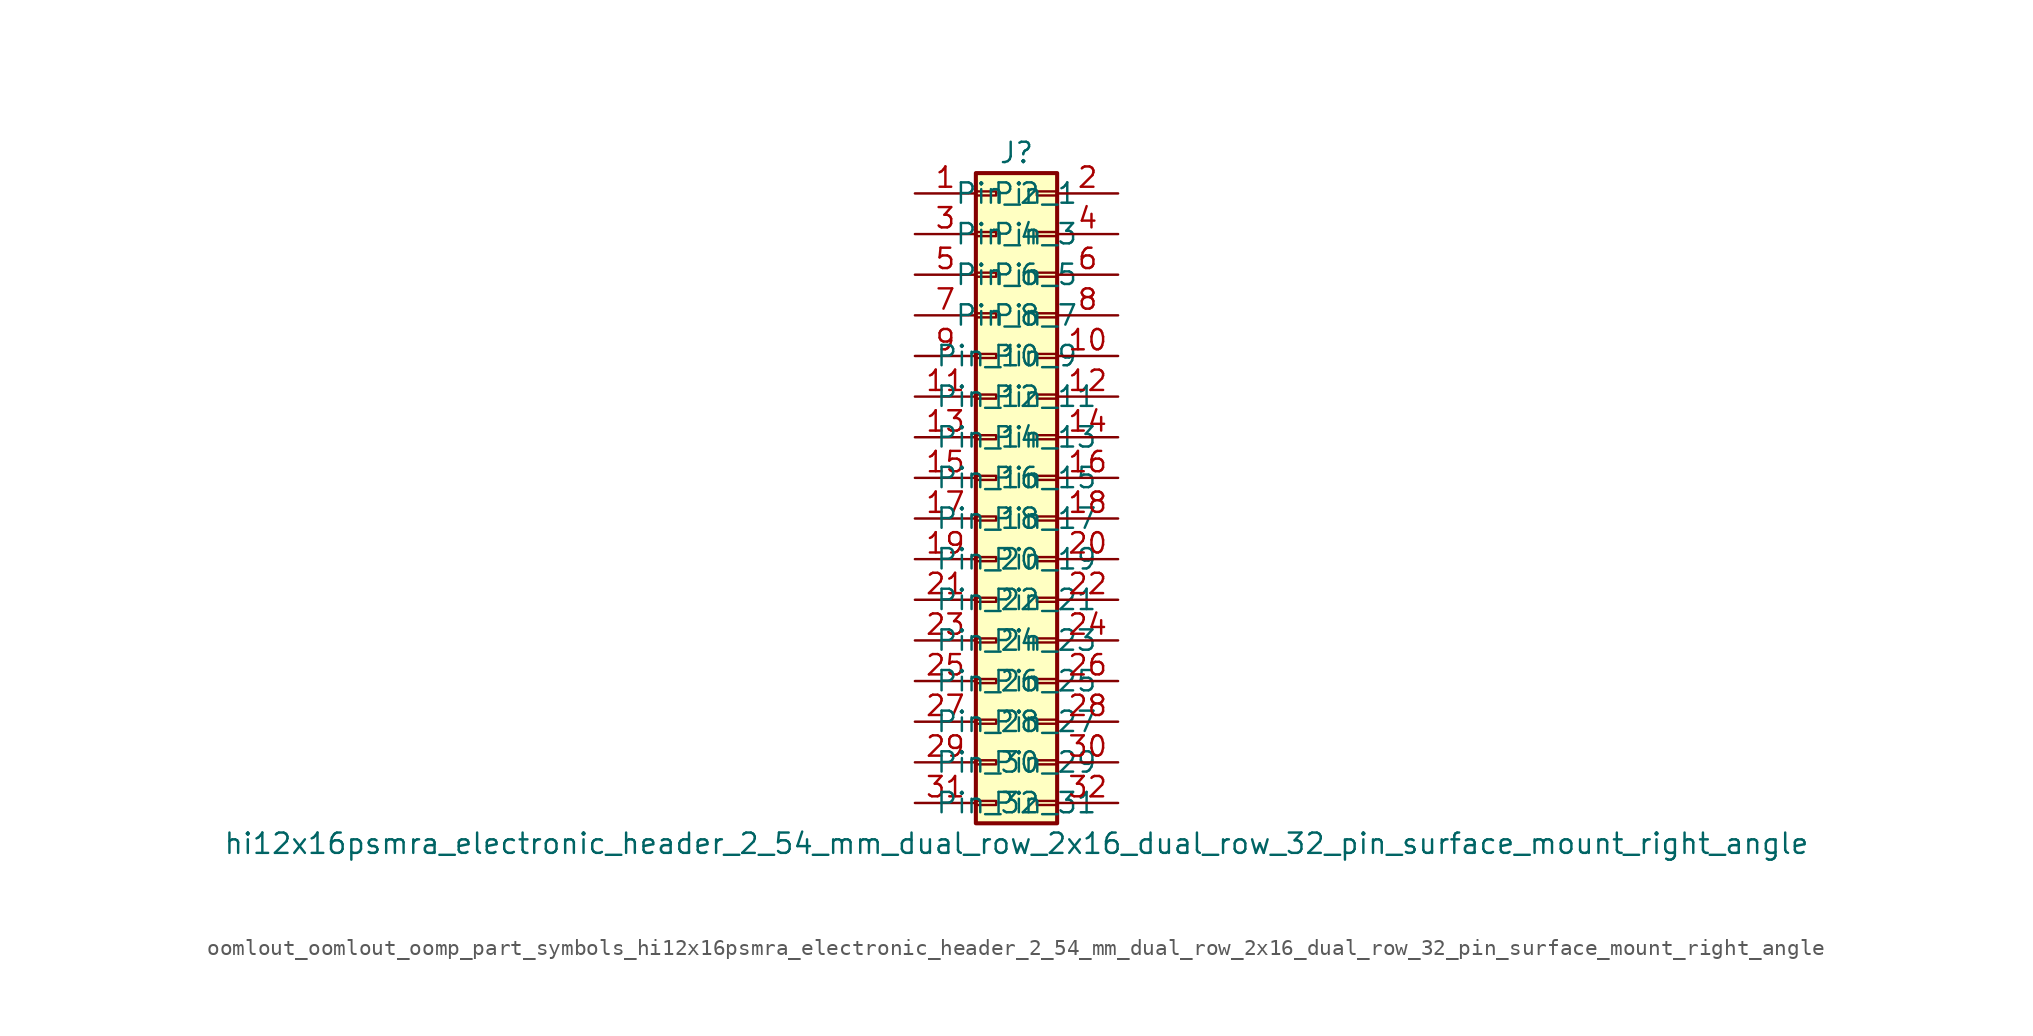
<source format=kicad_sym>
(kicad_symbol_lib
  (version 20220914)
  (generator kicad_symbol_editor)
  (symbol "oomlout_oomlout_oomp_part_symbols_hi12x16psmra_electronic_header_2_54_mm_dual_row_2x16_dual_row_32_pin_surface_mount_right_angle"
    (pin_names
      (offset 1.016))
    (property "Reference" "J"
      (at 1.27 20.32 0)
      (effects (font (size 1.27 1.27))))
    (property "Value" "hi12x16psmra_electronic_header_2_54_mm_dual_row_2x16_dual_row_32_pin_surface_mount_right_angle"
      (at 1.27 -22.86 0)
      (effects (font (size 1.27 1.27))))
    (symbol "oomlout_oomlout_oomp_part_symbols_hi12x16psmra_electronic_header_2_54_mm_dual_row_2x16_dual_row_32_pin_surface_mount_right_angle_1_1"
      (rectangle (start -1.27 -20.193) (end 0 -20.447) (stroke (width 0.152) (type default)) (fill (type none)))
      (rectangle (start -1.27 -17.653) (end 0 -17.907) (stroke (width 0.152) (type default)) (fill (type none)))
      (rectangle (start -1.27 -15.113) (end 0 -15.367) (stroke (width 0.152) (type default)) (fill (type none)))
      (rectangle (start -1.27 -12.573) (end 0 -12.827) (stroke (width 0.152) (type default)) (fill (type none)))
      (rectangle (start -1.27 -10.033) (end 0 -10.287) (stroke (width 0.152) (type default)) (fill (type none)))
      (rectangle (start -1.27 -7.493) (end 0 -7.747) (stroke (width 0.152) (type default)) (fill (type none)))
      (rectangle (start -1.27 -4.953) (end 0 -5.207) (stroke (width 0.152) (type default)) (fill (type none)))
      (rectangle (start -1.27 -2.413) (end 0 -2.667) (stroke (width 0.152) (type default)) (fill (type none)))
      (rectangle (start -1.27 0.127) (end 0 -0.127) (stroke (width 0.152) (type default)) (fill (type none)))
      (rectangle (start -1.27 2.667) (end 0 2.413) (stroke (width 0.152) (type default)) (fill (type none)))
      (rectangle (start -1.27 5.207) (end 0 4.953) (stroke (width 0.152) (type default)) (fill (type none)))
      (rectangle (start -1.27 7.747) (end 0 7.493) (stroke (width 0.152) (type default)) (fill (type none)))
      (rectangle (start -1.27 10.287) (end 0 10.033) (stroke (width 0.152) (type default)) (fill (type none)))
      (rectangle (start -1.27 12.827) (end 0 12.573) (stroke (width 0.152) (type default)) (fill (type none)))
      (rectangle (start -1.27 15.367) (end 0 15.113) (stroke (width 0.152) (type default)) (fill (type none)))
      (rectangle (start -1.27 17.907) (end 0 17.653) (stroke (width 0.152) (type default)) (fill (type none)))
      (rectangle (start -1.27 19.05) (end 3.81 -21.59) (stroke (width 0.254) (type default)) (fill (type background)))
      (rectangle (start 3.81 -20.193) (end 2.54 -20.447) (stroke (width 0.152) (type default)) (fill (type none)))
      (rectangle (start 3.81 -17.653) (end 2.54 -17.907) (stroke (width 0.152) (type default)) (fill (type none)))
      (rectangle (start 3.81 -15.113) (end 2.54 -15.367) (stroke (width 0.152) (type default)) (fill (type none)))
      (rectangle (start 3.81 -12.573) (end 2.54 -12.827) (stroke (width 0.152) (type default)) (fill (type none)))
      (rectangle (start 3.81 -10.033) (end 2.54 -10.287) (stroke (width 0.152) (type default)) (fill (type none)))
      (rectangle (start 3.81 -7.493) (end 2.54 -7.747) (stroke (width 0.152) (type default)) (fill (type none)))
      (rectangle (start 3.81 -4.953) (end 2.54 -5.207) (stroke (width 0.152) (type default)) (fill (type none)))
      (rectangle (start 3.81 -2.413) (end 2.54 -2.667) (stroke (width 0.152) (type default)) (fill (type none)))
      (rectangle (start 3.81 0.127) (end 2.54 -0.127) (stroke (width 0.152) (type default)) (fill (type none)))
      (rectangle (start 3.81 2.667) (end 2.54 2.413) (stroke (width 0.152) (type default)) (fill (type none)))
      (rectangle (start 3.81 5.207) (end 2.54 4.953) (stroke (width 0.152) (type default)) (fill (type none)))
      (rectangle (start 3.81 7.747) (end 2.54 7.493) (stroke (width 0.152) (type default)) (fill (type none)))
      (rectangle (start 3.81 10.287) (end 2.54 10.033) (stroke (width 0.152) (type default)) (fill (type none)))
      (rectangle (start 3.81 12.827) (end 2.54 12.573) (stroke (width 0.152) (type default)) (fill (type none)))
      (rectangle (start 3.81 15.367) (end 2.54 15.113) (stroke (width 0.152) (type default)) (fill (type none)))
      (rectangle (start 3.81 17.907) (end 2.54 17.653) (stroke (width 0.152) (type default)) (fill (type none)))
      (pin passive line (at -5.08 17.78 0) (length 3.81) (name "Pin_1" (effects (font (size 1.27 1.27)))) (number "1" (effects (font (size 1.27 1.27)))))
      (pin passive line (at 7.62 7.62 180) (length 3.81) (name "Pin_10" (effects (font (size 1.27 1.27)))) (number "10" (effects (font (size 1.27 1.27)))))
      (pin passive line (at -5.08 5.08 0) (length 3.81) (name "Pin_11" (effects (font (size 1.27 1.27)))) (number "11" (effects (font (size 1.27 1.27)))))
      (pin passive line (at 7.62 5.08 180) (length 3.81) (name "Pin_12" (effects (font (size 1.27 1.27)))) (number "12" (effects (font (size 1.27 1.27)))))
      (pin passive line (at -5.08 2.54 0) (length 3.81) (name "Pin_13" (effects (font (size 1.27 1.27)))) (number "13" (effects (font (size 1.27 1.27)))))
      (pin passive line (at 7.62 2.54 180) (length 3.81) (name "Pin_14" (effects (font (size 1.27 1.27)))) (number "14" (effects (font (size 1.27 1.27)))))
      (pin passive line (at -5.08 0 0) (length 3.81) (name "Pin_15" (effects (font (size 1.27 1.27)))) (number "15" (effects (font (size 1.27 1.27)))))
      (pin passive line (at 7.62 0 180) (length 3.81) (name "Pin_16" (effects (font (size 1.27 1.27)))) (number "16" (effects (font (size 1.27 1.27)))))
      (pin passive line (at -5.08 -2.54 0) (length 3.81) (name "Pin_17" (effects (font (size 1.27 1.27)))) (number "17" (effects (font (size 1.27 1.27)))))
      (pin passive line (at 7.62 -2.54 180) (length 3.81) (name "Pin_18" (effects (font (size 1.27 1.27)))) (number "18" (effects (font (size 1.27 1.27)))))
      (pin passive line (at -5.08 -5.08 0) (length 3.81) (name "Pin_19" (effects (font (size 1.27 1.27)))) (number "19" (effects (font (size 1.27 1.27)))))
      (pin passive line (at 7.62 17.78 180) (length 3.81) (name "Pin_2" (effects (font (size 1.27 1.27)))) (number "2" (effects (font (size 1.27 1.27)))))
      (pin passive line (at 7.62 -5.08 180) (length 3.81) (name "Pin_20" (effects (font (size 1.27 1.27)))) (number "20" (effects (font (size 1.27 1.27)))))
      (pin passive line (at -5.08 -7.62 0) (length 3.81) (name "Pin_21" (effects (font (size 1.27 1.27)))) (number "21" (effects (font (size 1.27 1.27)))))
      (pin passive line (at 7.62 -7.62 180) (length 3.81) (name "Pin_22" (effects (font (size 1.27 1.27)))) (number "22" (effects (font (size 1.27 1.27)))))
      (pin passive line (at -5.08 -10.16 0) (length 3.81) (name "Pin_23" (effects (font (size 1.27 1.27)))) (number "23" (effects (font (size 1.27 1.27)))))
      (pin passive line (at 7.62 -10.16 180) (length 3.81) (name "Pin_24" (effects (font (size 1.27 1.27)))) (number "24" (effects (font (size 1.27 1.27)))))
      (pin passive line (at -5.08 -12.7 0) (length 3.81) (name "Pin_25" (effects (font (size 1.27 1.27)))) (number "25" (effects (font (size 1.27 1.27)))))
      (pin passive line (at 7.62 -12.7 180) (length 3.81) (name "Pin_26" (effects (font (size 1.27 1.27)))) (number "26" (effects (font (size 1.27 1.27)))))
      (pin passive line (at -5.08 -15.24 0) (length 3.81) (name "Pin_27" (effects (font (size 1.27 1.27)))) (number "27" (effects (font (size 1.27 1.27)))))
      (pin passive line (at 7.62 -15.24 180) (length 3.81) (name "Pin_28" (effects (font (size 1.27 1.27)))) (number "28" (effects (font (size 1.27 1.27)))))
      (pin passive line (at -5.08 -17.78 0) (length 3.81) (name "Pin_29" (effects (font (size 1.27 1.27)))) (number "29" (effects (font (size 1.27 1.27)))))
      (pin passive line (at -5.08 15.24 0) (length 3.81) (name "Pin_3" (effects (font (size 1.27 1.27)))) (number "3" (effects (font (size 1.27 1.27)))))
      (pin passive line (at 7.62 -17.78 180) (length 3.81) (name "Pin_30" (effects (font (size 1.27 1.27)))) (number "30" (effects (font (size 1.27 1.27)))))
      (pin passive line (at -5.08 -20.32 0) (length 3.81) (name "Pin_31" (effects (font (size 1.27 1.27)))) (number "31" (effects (font (size 1.27 1.27)))))
      (pin passive line (at 7.62 -20.32 180) (length 3.81) (name "Pin_32" (effects (font (size 1.27 1.27)))) (number "32" (effects (font (size 1.27 1.27)))))
      (pin passive line (at 7.62 15.24 180) (length 3.81) (name "Pin_4" (effects (font (size 1.27 1.27)))) (number "4" (effects (font (size 1.27 1.27)))))
      (pin passive line (at -5.08 12.7 0) (length 3.81) (name "Pin_5" (effects (font (size 1.27 1.27)))) (number "5" (effects (font (size 1.27 1.27)))))
      (pin passive line (at 7.62 12.7 180) (length 3.81) (name "Pin_6" (effects (font (size 1.27 1.27)))) (number "6" (effects (font (size 1.27 1.27)))))
      (pin passive line (at -5.08 10.16 0) (length 3.81) (name "Pin_7" (effects (font (size 1.27 1.27)))) (number "7" (effects (font (size 1.27 1.27)))))
      (pin passive line (at 7.62 10.16 180) (length 3.81) (name "Pin_8" (effects (font (size 1.27 1.27)))) (number "8" (effects (font (size 1.27 1.27)))))
      (pin passive line (at -5.08 7.62 0) (length 3.81) (name "Pin_9" (effects (font (size 1.27 1.27)))) (number "9" (effects (font (size 1.27 1.27))))))))
</source>
